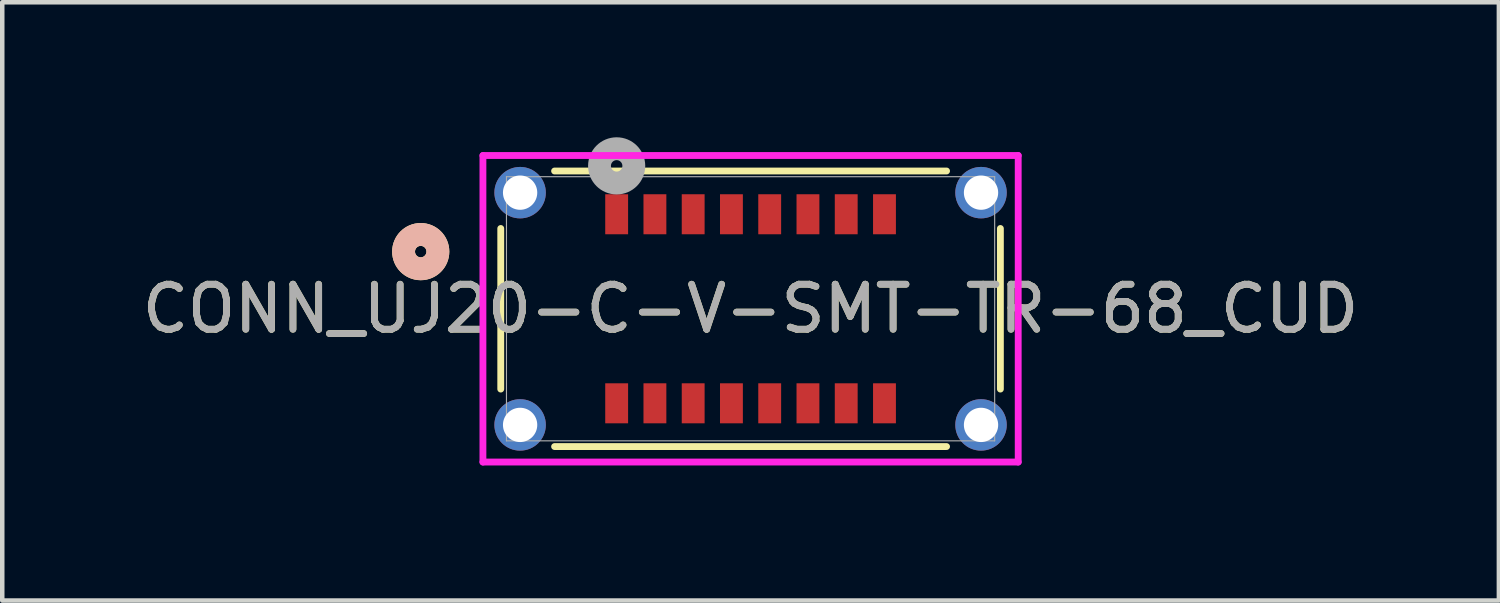
<source format=kicad_pcb>
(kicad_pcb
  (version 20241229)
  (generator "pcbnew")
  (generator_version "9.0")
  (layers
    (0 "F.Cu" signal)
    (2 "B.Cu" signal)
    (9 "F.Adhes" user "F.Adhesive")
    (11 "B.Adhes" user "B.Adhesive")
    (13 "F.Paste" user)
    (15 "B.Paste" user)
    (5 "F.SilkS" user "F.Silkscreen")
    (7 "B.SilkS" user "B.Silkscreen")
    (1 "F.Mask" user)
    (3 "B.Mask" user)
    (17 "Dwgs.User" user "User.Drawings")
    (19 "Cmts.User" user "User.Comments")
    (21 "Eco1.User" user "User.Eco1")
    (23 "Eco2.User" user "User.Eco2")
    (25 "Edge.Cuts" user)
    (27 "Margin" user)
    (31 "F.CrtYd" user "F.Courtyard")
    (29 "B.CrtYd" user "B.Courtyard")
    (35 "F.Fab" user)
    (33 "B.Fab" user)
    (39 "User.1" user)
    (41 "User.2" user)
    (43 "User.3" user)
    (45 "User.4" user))
  (footprint "CONN_UJ20-C-V-SMT-TR-68_CUD"
    (layer "F.Cu")
    (at 13.625 3.81)
    (property "Reference" "CONN_UJ20-C-V-SMT-TR-68_CUD" (at 0 0 0) (unlocked yes) (layer "F.SilkS") (effects (font (size 1 1) (thickness 0.15))))
    (attr smd)
    (fp_line (start -5.55 -1.784) (end -5.55 1.784) (stroke (width 0.152) (type solid)) (layer "F.SilkS"))
    (fp_line (start -4.354 3.061) (end 4.354 3.061) (stroke (width 0.152) (type solid)) (layer "F.SilkS"))
    (fp_line (start 4.354 -3.061) (end -4.354 -3.061) (stroke (width 0.152) (type solid)) (layer "F.SilkS"))
    (fp_line (start 5.55 1.784) (end 5.55 -1.784) (stroke (width 0.152) (type solid)) (layer "F.SilkS"))
    (fp_circle (center -7.328 -1.27) (end -6.947 -1.27) (stroke (width 0.508) (type solid)) (fill no) (layer "F.SilkS"))
    (fp_circle (center -7.328 -1.27) (end -6.947 -1.27) (stroke (width 0.508) (type solid)) (fill no) (layer "B.SilkS"))
    (fp_line (start -5.946 -3.405) (end -5.946 3.405) (stroke (width 0.152) (type solid)) (layer "F.CrtYd"))
    (fp_line (start -5.946 3.405) (end 5.946 3.405) (stroke (width 0.152) (type solid)) (layer "F.CrtYd"))
    (fp_line (start 5.946 -3.405) (end -5.946 -3.405) (stroke (width 0.152) (type solid)) (layer "F.CrtYd"))
    (fp_line (start 5.946 3.405) (end 5.946 -3.405) (stroke (width 0.152) (type solid)) (layer "F.CrtYd"))
    (fp_line (start -5.423 -2.934) (end -5.423 2.934) (stroke (width 0.025) (type solid)) (layer "F.Fab"))
    (fp_line (start -5.423 2.934) (end 5.423 2.934) (stroke (width 0.025) (type solid)) (layer "F.Fab"))
    (fp_line (start 5.423 -2.934) (end -5.423 -2.934) (stroke (width 0.025) (type solid)) (layer "F.Fab"))
    (fp_line (start 5.423 2.934) (end 5.423 -2.934) (stroke (width 0.025) (type solid)) (layer "F.Fab"))
    (fp_circle (center -2.975 -3.175) (end -2.594 -3.175) (stroke (width 0.508) (type solid)) (fill no) (layer "F.Fab"))
    (fp_text user "${REFERENCE}" (at 0 0 0) (unlocked yes) (layer "F.Fab") (effects (font (size 1 1) (thickness 0.15))))
    (pad "A1" smd rect (at -2.975 -2.1) (size 0.508 0.889) (layers "F.Cu" "F.Mask" "F.Paste"))
    (pad "A4" smd rect (at -2.125 -2.1) (size 0.508 0.889) (layers "F.Cu" "F.Mask" "F.Paste"))
    (pad "A5" smd rect (at -1.275 -2.1) (size 0.508 0.889) (layers "F.Cu" "F.Mask" "F.Paste"))
    (pad "A6" smd rect (at -0.425 -2.1) (size 0.508 0.889) (layers "F.Cu" "F.Mask" "F.Paste"))
    (pad "A7" smd rect (at 0.425 -2.1) (size 0.508 0.889) (layers "F.Cu" "F.Mask" "F.Paste"))
    (pad "A8" smd rect (at 1.275 -2.1) (size 0.508 0.889) (layers "F.Cu" "F.Mask" "F.Paste"))
    (pad "A9" smd rect (at 2.125 -2.1) (size 0.508 0.889) (layers "F.Cu" "F.Mask" "F.Paste"))
    (pad "A12" smd rect (at 2.975 -2.1) (size 0.508 0.889) (layers "F.Cu" "F.Mask" "F.Paste"))
    (pad "B1" smd rect (at 2.975 2.1) (size 0.508 0.889) (layers "F.Cu" "F.Mask" "F.Paste"))
    (pad "B4" smd rect (at 2.125 2.1) (size 0.508 0.889) (layers "F.Cu" "F.Mask" "F.Paste"))
    (pad "B5" smd rect (at 1.275 2.1) (size 0.508 0.889) (layers "F.Cu" "F.Mask" "F.Paste"))
    (pad "B6" smd rect (at 0.425 2.1) (size 0.508 0.889) (layers "F.Cu" "F.Mask" "F.Paste"))
    (pad "B7" smd rect (at -0.425 2.1) (size 0.508 0.889) (layers "F.Cu" "F.Mask" "F.Paste"))
    (pad "B8" smd rect (at -1.275 2.1) (size 0.508 0.889) (layers "F.Cu" "F.Mask" "F.Paste"))
    (pad "B9" smd rect (at -2.125 2.1) (size 0.508 0.889) (layers "F.Cu" "F.Mask" "F.Paste"))
    (pad "B12" smd rect (at -2.975 2.1) (size 0.508 0.889) (layers "F.Cu" "F.Mask" "F.Paste"))
    (pad "SH" thru_hole circle (at -5.12 -2.58) (size 1.143 1.143) (drill 0.762) (layers "*.Cu" "*.Mask"))
    (pad "SH" thru_hole circle (at -5.12 2.58) (size 1.143 1.143) (drill 0.762) (layers "*.Cu" "*.Mask"))
    (pad "SH" thru_hole circle (at 5.12 -2.58) (size 1.143 1.143) (drill 0.762) (layers "*.Cu" "*.Mask"))
    (pad "SH" thru_hole circle (at 5.12 2.58) (size 1.143 1.143) (drill 0.762) (layers "*.Cu" "*.Mask")))
  (gr_rect
    (start -3 -3)
    (end 30.25 10.292)
    (stroke (width 0.1) (type default))
    (fill no)
    (layer "Edge.Cuts")))
</source>
